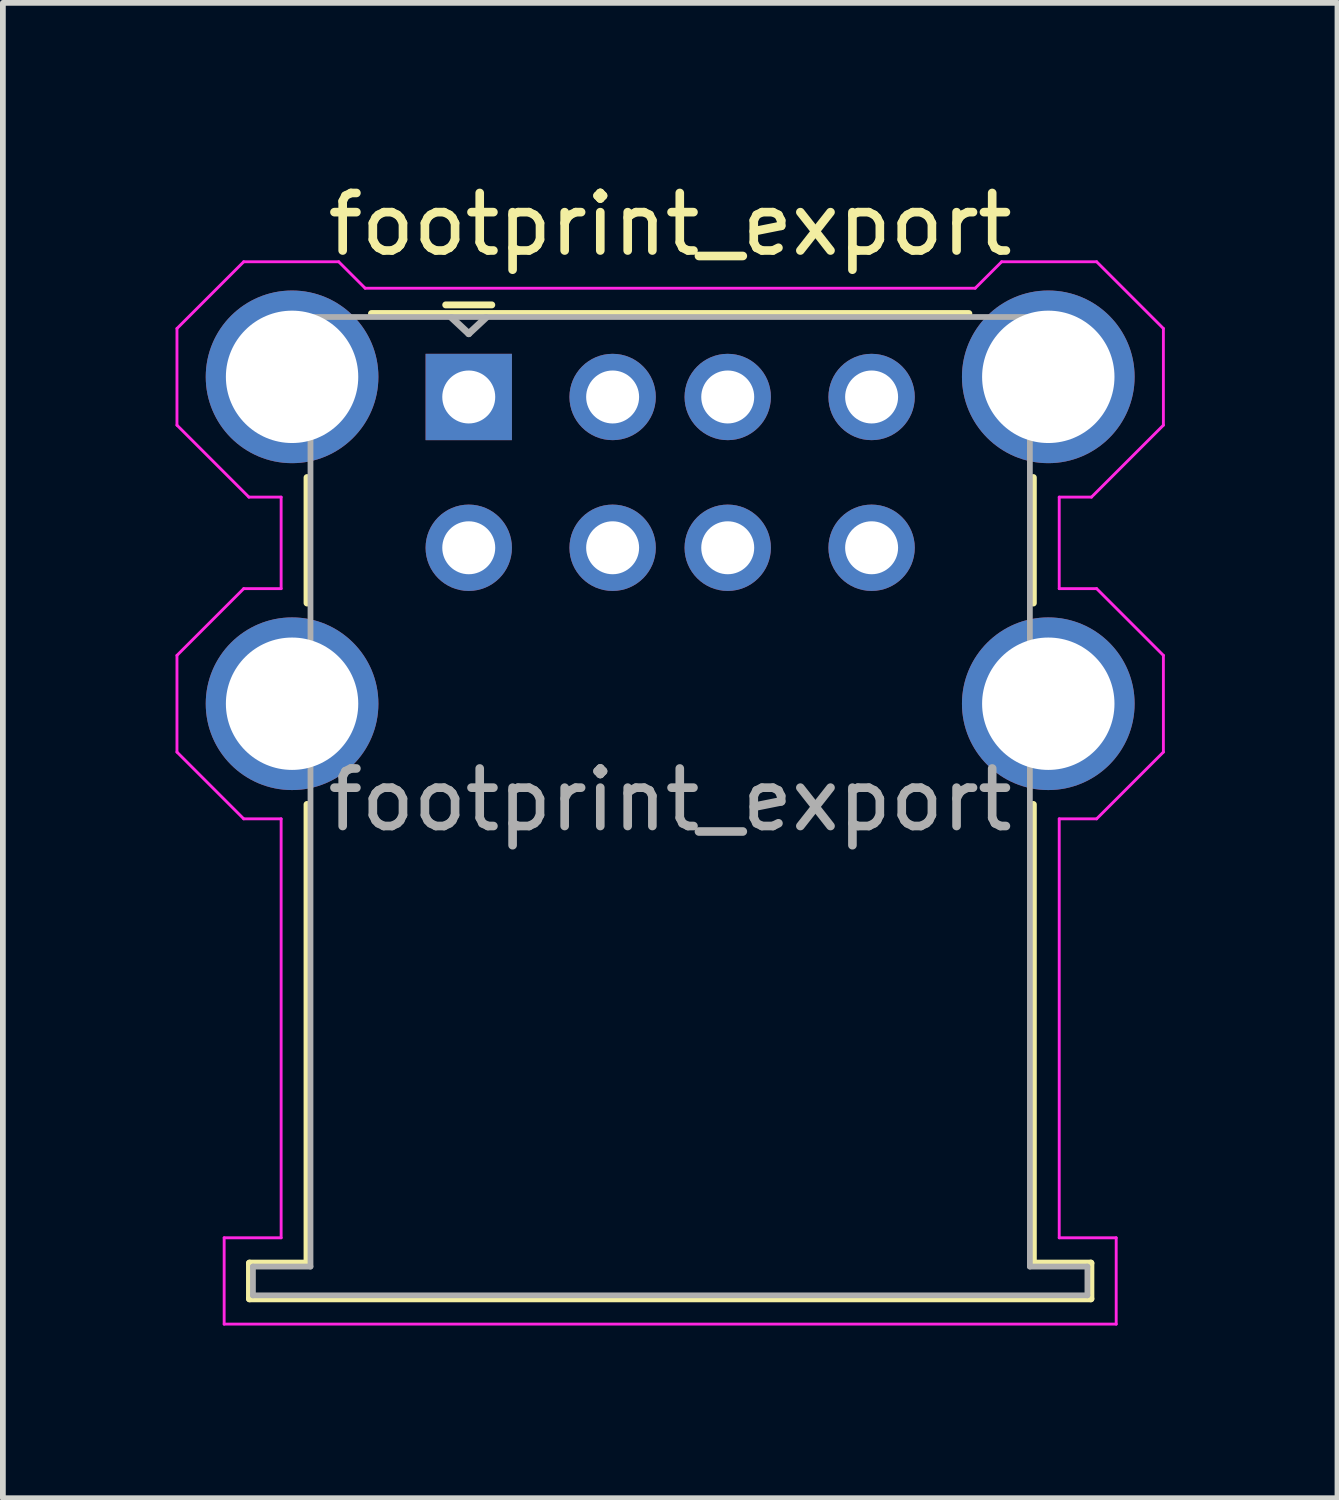
<source format=kicad_pcb>
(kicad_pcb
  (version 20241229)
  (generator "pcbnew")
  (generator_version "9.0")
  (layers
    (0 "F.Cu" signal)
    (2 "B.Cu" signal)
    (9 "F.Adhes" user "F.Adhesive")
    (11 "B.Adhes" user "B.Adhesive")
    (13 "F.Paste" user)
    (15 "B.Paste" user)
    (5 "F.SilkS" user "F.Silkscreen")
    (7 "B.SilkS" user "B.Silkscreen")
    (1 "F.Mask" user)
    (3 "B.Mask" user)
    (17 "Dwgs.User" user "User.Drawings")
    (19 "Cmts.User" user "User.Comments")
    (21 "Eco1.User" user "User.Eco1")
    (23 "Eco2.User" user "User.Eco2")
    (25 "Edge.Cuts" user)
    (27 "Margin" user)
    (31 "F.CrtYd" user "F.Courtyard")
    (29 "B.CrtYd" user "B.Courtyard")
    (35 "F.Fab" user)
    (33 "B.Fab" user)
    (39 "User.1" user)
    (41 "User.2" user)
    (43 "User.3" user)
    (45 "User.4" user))
  (footprint "footprint_export"
    (layer "F.Cu")
    (at 5.095 3.848)
    (property "Reference" "footprint_export" (at 3.5 -3 0) (layer "F.SilkS") (effects (font (size 1 1) (thickness 0.15))))
    (attr through_hole)
    (fp_line (start -3.81 15.05) (end -2.81 15.05) (stroke (width 0.12) (type solid)) (layer "F.SilkS"))
    (fp_line (start -3.81 15.67) (end -3.81 15.05) (stroke (width 0.12) (type solid)) (layer "F.SilkS"))
    (fp_line (start -2.81 3.58) (end -2.81 1.4) (stroke (width 0.12) (type solid)) (layer "F.SilkS"))
    (fp_line (start -2.81 15.05) (end -2.81 7.08) (stroke (width 0.12) (type solid)) (layer "F.SilkS"))
    (fp_line (start -1.69 -1.45) (end 8.69 -1.45) (stroke (width 0.12) (type solid)) (layer "F.SilkS"))
    (fp_line (start 0.4 -1.6) (end -0.4 -1.6) (stroke (width 0.12) (type solid)) (layer "F.SilkS"))
    (fp_line (start 9.81 3.58) (end 9.81 1.4) (stroke (width 0.12) (type solid)) (layer "F.SilkS"))
    (fp_line (start 9.81 7.08) (end 9.81 15.05) (stroke (width 0.12) (type solid)) (layer "F.SilkS"))
    (fp_line (start 9.81 15.05) (end 10.81 15.05) (stroke (width 0.12) (type solid)) (layer "F.SilkS"))
    (fp_line (start 10.81 15.05) (end 10.81 15.67) (stroke (width 0.12) (type solid)) (layer "F.SilkS"))
    (fp_line (start 10.81 15.67) (end -3.81 15.67) (stroke (width 0.12) (type solid)) (layer "F.SilkS"))
    (fp_line (start -5.07 -1.19) (end -5.07 0.49) (stroke (width 0.05) (type solid)) (layer "F.CrtYd"))
    (fp_line (start -5.07 0.49) (end -3.82 1.74) (stroke (width 0.05) (type solid)) (layer "F.CrtYd"))
    (fp_line (start -5.07 4.49) (end -5.07 6.17) (stroke (width 0.05) (type solid)) (layer "F.CrtYd"))
    (fp_line (start -5.07 6.17) (end -3.91 7.33) (stroke (width 0.05) (type solid)) (layer "F.CrtYd"))
    (fp_line (start -4.25 14.61) (end -4.25 16.11) (stroke (width 0.05) (type solid)) (layer "F.CrtYd"))
    (fp_line (start -4.25 16.11) (end 11.25 16.11) (stroke (width 0.05) (type solid)) (layer "F.CrtYd"))
    (fp_line (start -3.91 -2.35) (end -5.07 -1.19) (stroke (width 0.05) (type solid)) (layer "F.CrtYd"))
    (fp_line (start -3.91 3.33) (end -5.07 4.49) (stroke (width 0.05) (type solid)) (layer "F.CrtYd"))
    (fp_line (start -3.91 3.33) (end -3.26 3.33) (stroke (width 0.05) (type solid)) (layer "F.CrtYd"))
    (fp_line (start -3.82 1.74) (end -3.26 1.74) (stroke (width 0.05) (type solid)) (layer "F.CrtYd"))
    (fp_line (start -3.26 1.74) (end -3.26 3.33) (stroke (width 0.05) (type solid)) (layer "F.CrtYd"))
    (fp_line (start -3.26 7.33) (end -3.91 7.33) (stroke (width 0.05) (type solid)) (layer "F.CrtYd"))
    (fp_line (start -3.26 7.33) (end -3.26 14.61) (stroke (width 0.05) (type solid)) (layer "F.CrtYd"))
    (fp_line (start -3.26 14.61) (end -4.25 14.61) (stroke (width 0.05) (type solid)) (layer "F.CrtYd"))
    (fp_line (start -2.26 -2.35) (end -3.91 -2.35) (stroke (width 0.05) (type solid)) (layer "F.CrtYd"))
    (fp_line (start -2.26 -2.35) (end -1.8 -1.89) (stroke (width 0.05) (type solid)) (layer "F.CrtYd"))
    (fp_line (start 8.8 -1.89) (end -1.8 -1.89) (stroke (width 0.05) (type solid)) (layer "F.CrtYd"))
    (fp_line (start 9.26 -2.35) (end 8.8 -1.89) (stroke (width 0.05) (type solid)) (layer "F.CrtYd"))
    (fp_line (start 10.26 1.74) (end 10.26 3.33) (stroke (width 0.05) (type solid)) (layer "F.CrtYd"))
    (fp_line (start 10.26 1.74) (end 10.82 1.74) (stroke (width 0.05) (type solid)) (layer "F.CrtYd"))
    (fp_line (start 10.26 3.33) (end 10.91 3.33) (stroke (width 0.05) (type solid)) (layer "F.CrtYd"))
    (fp_line (start 10.26 7.33) (end 10.26 14.61) (stroke (width 0.05) (type solid)) (layer "F.CrtYd"))
    (fp_line (start 10.26 7.33) (end 10.91 7.33) (stroke (width 0.05) (type solid)) (layer "F.CrtYd"))
    (fp_line (start 10.26 14.61) (end 11.25 14.61) (stroke (width 0.05) (type solid)) (layer "F.CrtYd"))
    (fp_line (start 10.91 -2.35) (end 9.26 -2.35) (stroke (width 0.05) (type solid)) (layer "F.CrtYd"))
    (fp_line (start 10.91 -2.35) (end 12.07 -1.19) (stroke (width 0.05) (type solid)) (layer "F.CrtYd"))
    (fp_line (start 10.91 3.33) (end 12.07 4.49) (stroke (width 0.05) (type solid)) (layer "F.CrtYd"))
    (fp_line (start 11.25 14.61) (end 11.25 16.11) (stroke (width 0.05) (type solid)) (layer "F.CrtYd"))
    (fp_line (start 12.07 -1.19) (end 12.07 0.49) (stroke (width 0.05) (type solid)) (layer "F.CrtYd"))
    (fp_line (start 12.07 0.49) (end 10.82 1.74) (stroke (width 0.05) (type solid)) (layer "F.CrtYd"))
    (fp_line (start 12.07 4.49) (end 12.07 6.17) (stroke (width 0.05) (type solid)) (layer "F.CrtYd"))
    (fp_line (start 12.07 6.17) (end 10.91 7.33) (stroke (width 0.05) (type solid)) (layer "F.CrtYd"))
    (fp_line (start -3.75 15.11) (end -3.75 15.61) (stroke (width 0.1) (type solid)) (layer "F.Fab"))
    (fp_line (start -2.75 -1.39) (end -2.75 15.11) (stroke (width 0.1) (type solid)) (layer "F.Fab"))
    (fp_line (start -2.75 15.11) (end -3.75 15.11) (stroke (width 0.1) (type solid)) (layer "F.Fab"))
    (fp_line (start 0 -1.1) (end -0.3 -1.38) (stroke (width 0.12) (type solid)) (layer "F.Fab"))
    (fp_line (start 0 -1.1) (end 0.3 -1.38) (stroke (width 0.12) (type solid)) (layer "F.Fab"))
    (fp_line (start 9.75 -1.39) (end -2.75 -1.39) (stroke (width 0.1) (type solid)) (layer "F.Fab"))
    (fp_line (start 9.75 -1.39) (end 9.75 15.11) (stroke (width 0.1) (type solid)) (layer "F.Fab"))
    (fp_line (start 9.75 15.11) (end 10.75 15.11) (stroke (width 0.1) (type solid)) (layer "F.Fab"))
    (fp_line (start 10.75 15.11) (end 10.75 15.61) (stroke (width 0.1) (type solid)) (layer "F.Fab"))
    (fp_line (start 10.75 15.61) (end -3.75 15.61) (stroke (width 0.1) (type solid)) (layer "F.Fab"))
    (fp_text user "${REFERENCE}" (at 3.5 7 0) (layer "F.Fab") (effects (font (size 1 1) (thickness 0.15))))
    (pad "1" thru_hole rect (at 0 0) (size 1.5 1.5) (drill 0.92) (layers "*.Cu" "*.Mask"))
    (pad "2" thru_hole circle (at 2.5 0) (size 1.5 1.5) (drill 0.92) (layers "*.Cu" "*.Mask"))
    (pad "3" thru_hole circle (at 4.5 0) (size 1.5 1.5) (drill 0.92) (layers "*.Cu" "*.Mask"))
    (pad "4" thru_hole circle (at 7 0) (size 1.5 1.5) (drill 0.92) (layers "*.Cu" "*.Mask"))
    (pad "5" thru_hole circle (at 0 2.62) (size 1.5 1.5) (drill 0.92) (layers "*.Cu" "*.Mask"))
    (pad "6" thru_hole circle (at 2.5 2.62) (size 1.5 1.5) (drill 0.92) (layers "*.Cu" "*.Mask"))
    (pad "7" thru_hole circle (at 4.5 2.62) (size 1.5 1.5) (drill 0.92) (layers "*.Cu" "*.Mask"))
    (pad "8" thru_hole circle (at 7 2.62) (size 1.5 1.5) (drill 0.92) (layers "*.Cu" "*.Mask"))
    (pad "9" thru_hole circle (at -3.07 -0.35) (size 3 3) (drill 2.3) (layers "*.Cu" "*.Mask"))
    (pad "9" thru_hole circle (at -3.07 5.33) (size 3 3) (drill 2.3) (layers "*.Cu" "*.Mask"))
    (pad "9" thru_hole circle (at 10.07 -0.35) (size 3 3) (drill 2.3) (layers "*.Cu" "*.Mask"))
    (pad "9" thru_hole circle (at 10.07 5.33) (size 3 3) (drill 2.3) (layers "*.Cu" "*.Mask")))
  (gr_rect
    (start -3 -3)
    (end 20.19 22.983)
    (stroke (width 0.1) (type default))
    (fill no)
    (layer "Edge.Cuts")))
</source>
